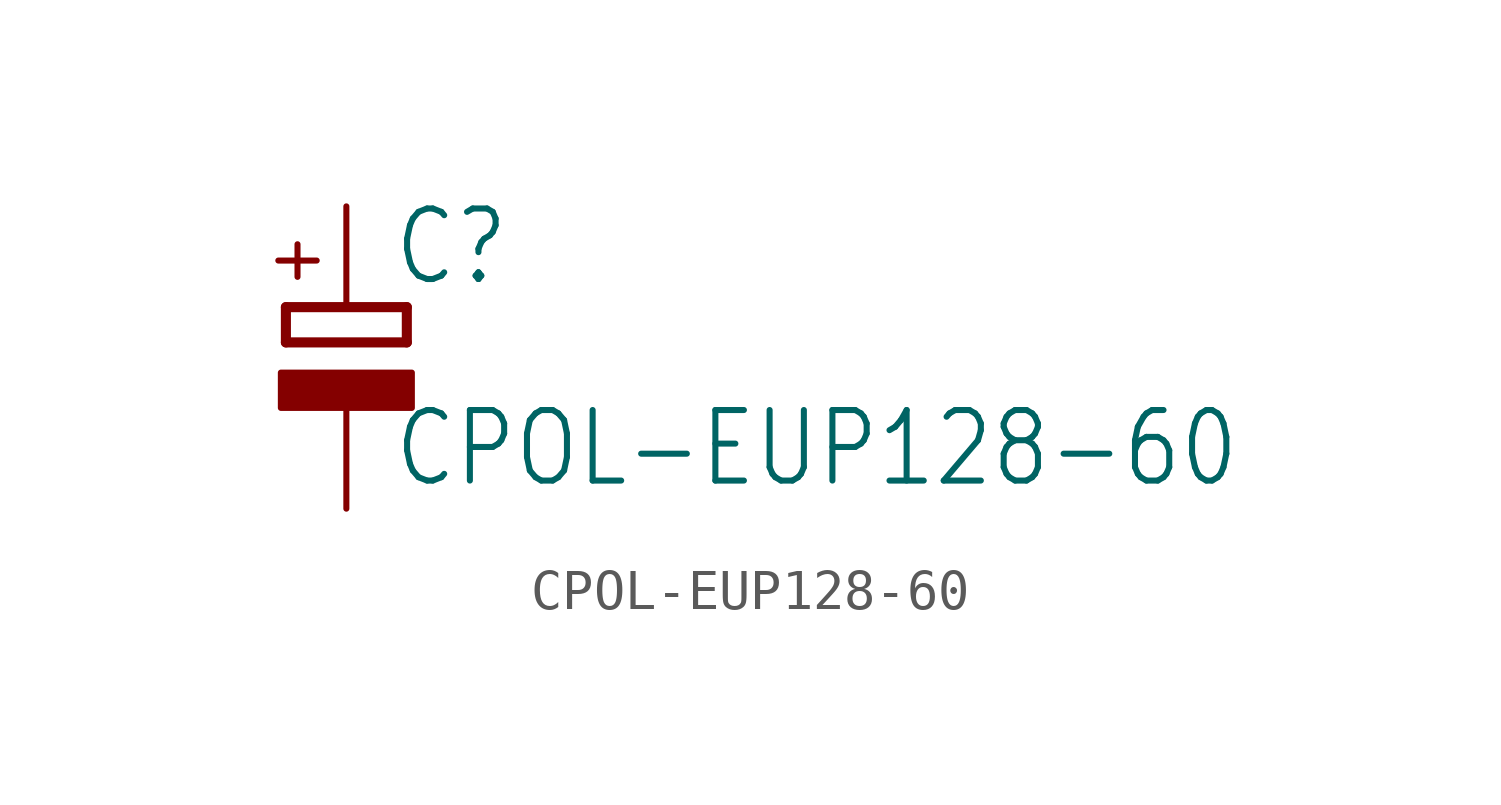
<source format=kicad_sym>
(kicad_symbol_lib
  (version 20220331)
  (generator kicad_symbol_editor)
  (symbol "CPOL-EUP128-60"
    (property "Reference" "C"
      (at 1.143 0.483 0)
      (effects (font (size 1.778 1.511)) (justify left bottom)))
    (property "Value" "CPOL-EUP128-60"
      (at 1.143 -4.597 0)
      (effects (font (size 1.778 1.511)) (justify left bottom)))
    (property "ki_locked" ""
      (at 0 0 0)
      (effects (font (size 1.27 1.27))))
    (symbol "CPOL-EUP128-60_1_0"
      (rectangle (start -1.651 -2.54) (end 1.651 -1.651) (stroke (width 0) (type default)) (fill (type outline)))
      (polyline (pts (xy -1.524 -0.889) (xy 1.524 -0.889)) (stroke (width 0.254) (type solid)) (fill (type none)))
      (polyline (pts (xy -1.524 0) (xy -1.524 -0.889)) (stroke (width 0.254) (type solid)) (fill (type none)))
      (polyline (pts (xy -1.524 0) (xy 1.524 0)) (stroke (width 0.254) (type solid)) (fill (type none)))
      (polyline (pts (xy 1.524 -0.889) (xy 1.524 0)) (stroke (width 0.254) (type solid)) (fill (type none)))
      (text "+" (at -0.584 0.406 900) (effects (font (size 1.27 1.079)) (justify left bottom)))
      (pin passive line (at 0 2.54 270) (length 2.54) (name "+" (effects (font (size 0 0)))) (number "+" (effects (font (size 0 0)))))
      (pin passive line (at 0 -5.08 90) (length 2.54) (name "-" (effects (font (size 0 0)))) (number "-" (effects (font (size 0 0))))))))
</source>
